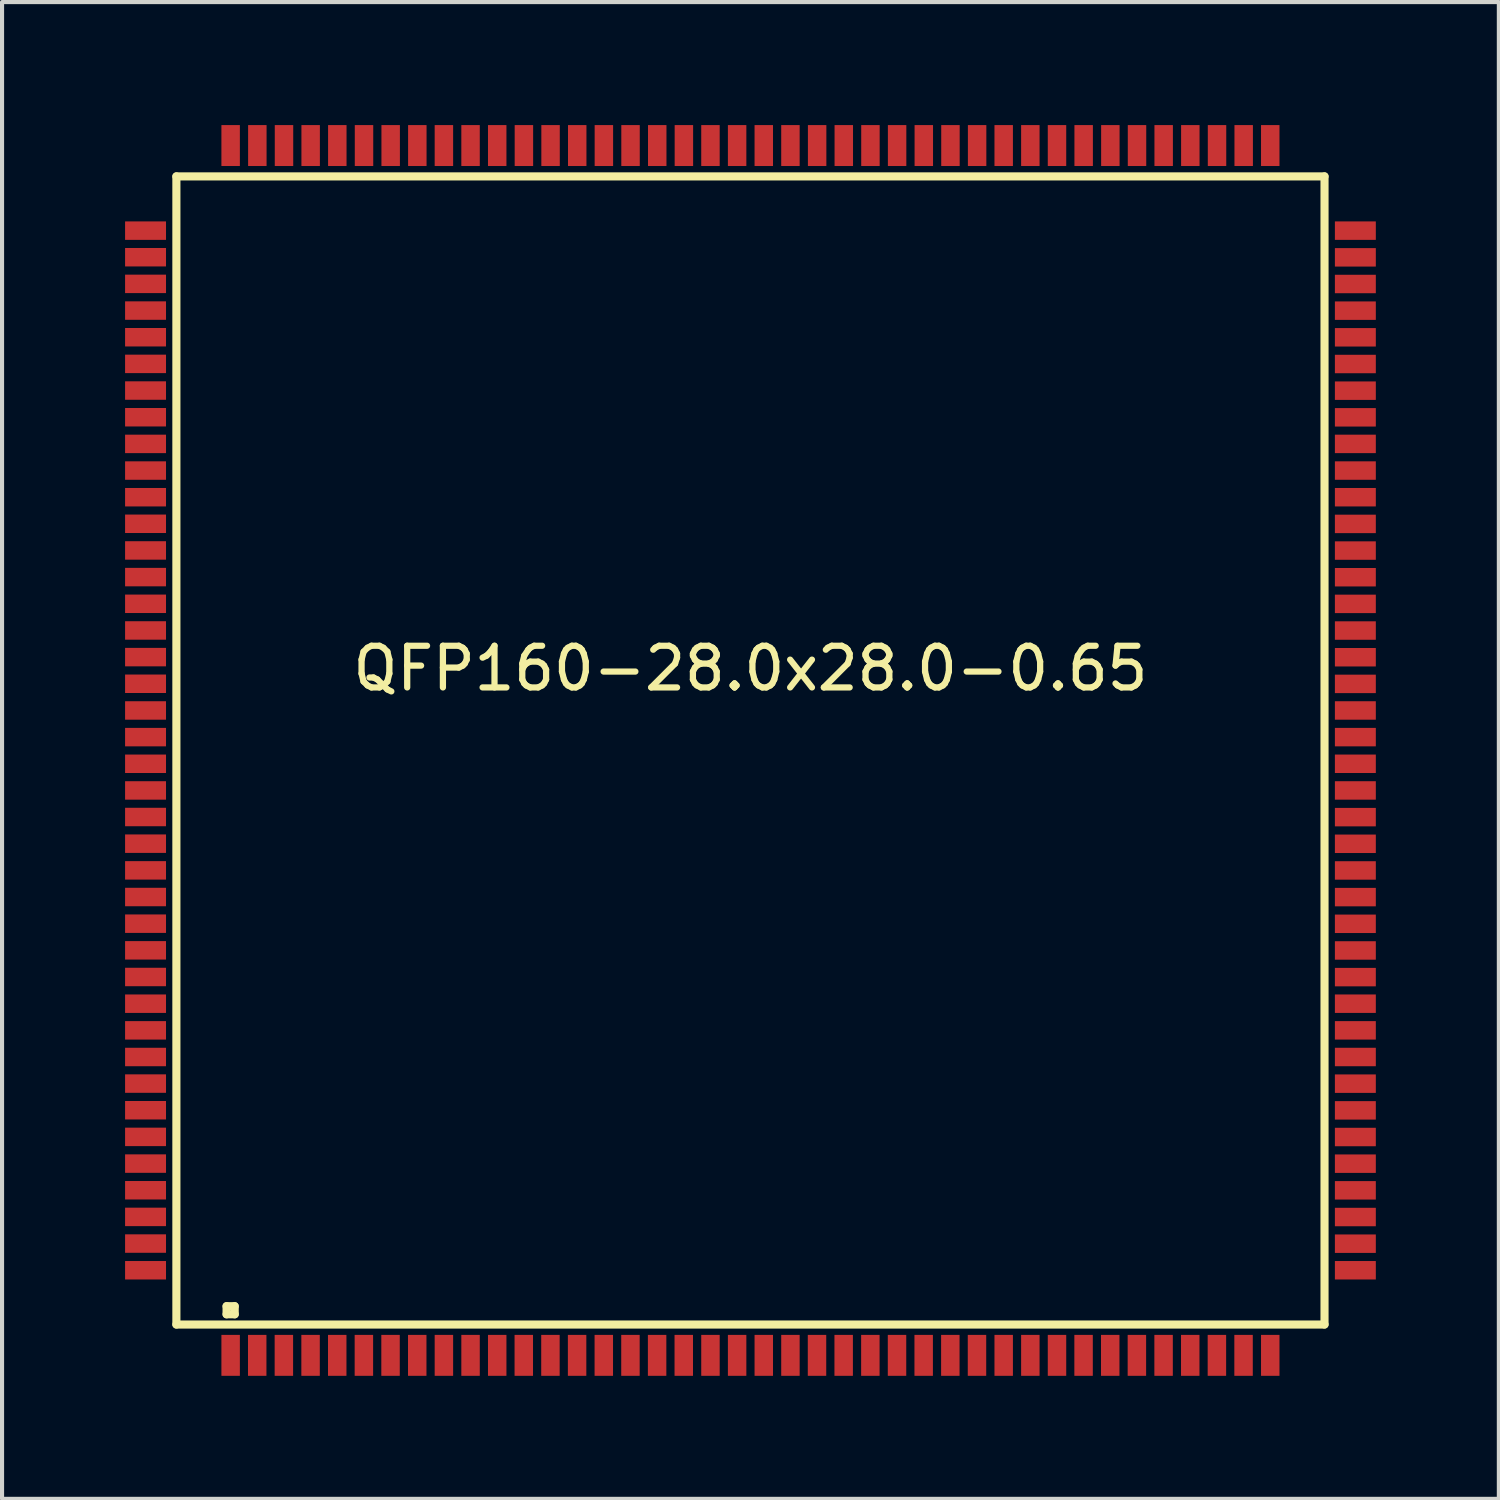
<source format=kicad_pcb>
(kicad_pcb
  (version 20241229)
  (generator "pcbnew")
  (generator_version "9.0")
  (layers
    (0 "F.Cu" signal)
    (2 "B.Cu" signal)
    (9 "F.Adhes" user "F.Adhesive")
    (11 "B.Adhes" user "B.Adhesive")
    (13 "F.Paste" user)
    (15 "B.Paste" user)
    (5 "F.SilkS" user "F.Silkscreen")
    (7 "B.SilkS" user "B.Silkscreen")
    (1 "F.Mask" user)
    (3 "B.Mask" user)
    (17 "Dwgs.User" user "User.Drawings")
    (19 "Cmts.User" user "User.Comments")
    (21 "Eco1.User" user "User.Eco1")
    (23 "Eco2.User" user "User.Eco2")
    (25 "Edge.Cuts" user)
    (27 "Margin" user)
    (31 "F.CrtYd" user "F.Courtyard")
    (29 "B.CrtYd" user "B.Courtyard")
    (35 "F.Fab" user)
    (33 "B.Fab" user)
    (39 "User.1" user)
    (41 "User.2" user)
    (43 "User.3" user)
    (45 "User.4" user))
  (footprint "QFP160-28.0x28.0-0.65"
    (layer "F.Cu")
    (at 15.249 15.249)
    (property "Reference" "QFP160-28.0x28.0-0.65" (at 0 -1.999 0) (layer "F.SilkS") (effects (font (size 1.016 1.016) (thickness 0.152))))
    (attr through_hole)
    (fp_line (start -13.998 -13.998) (end 13.998 -13.998) (stroke (width 0.198) (type solid)) (layer "F.SilkS"))
    (fp_line (start -13.998 13.998) (end -13.998 -13.998) (stroke (width 0.198) (type solid)) (layer "F.SilkS"))
    (fp_line (start -12.774 13.551) (end -12.576 13.551) (stroke (width 0.198) (type solid)) (layer "F.SilkS"))
    (fp_line (start -12.774 13.749) (end -12.774 13.551) (stroke (width 0.198) (type solid)) (layer "F.SilkS"))
    (fp_line (start -12.576 13.551) (end -12.576 13.749) (stroke (width 0.198) (type solid)) (layer "F.SilkS"))
    (fp_line (start -12.576 13.749) (end -12.774 13.749) (stroke (width 0.198) (type solid)) (layer "F.SilkS"))
    (fp_line (start 13.998 -13.998) (end 13.998 13.998) (stroke (width 0.198) (type solid)) (layer "F.SilkS"))
    (fp_line (start 13.998 13.998) (end -13.998 13.998) (stroke (width 0.198) (type solid)) (layer "F.SilkS"))
    (pad "1" smd rect (at -12.675 14.75) (size 0.45 0.998) (layers "*.Mask" "F.Cu"))
    (pad "2" smd rect (at -12.027 14.75) (size 0.45 0.998) (layers "*.Mask" "F.Cu"))
    (pad "3" smd rect (at -11.377 14.75) (size 0.45 0.998) (layers "*.Mask" "F.Cu"))
    (pad "4" smd rect (at -10.726 14.75) (size 0.45 0.998) (layers "*.Mask" "F.Cu"))
    (pad "5" smd rect (at -10.076 14.75) (size 0.45 0.998) (layers "*.Mask" "F.Cu"))
    (pad "6" smd rect (at -9.426 14.75) (size 0.45 0.998) (layers "*.Mask" "F.Cu"))
    (pad "7" smd rect (at -8.776 14.75) (size 0.45 0.998) (layers "*.Mask" "F.Cu"))
    (pad "8" smd rect (at -8.125 14.75) (size 0.45 0.998) (layers "*.Mask" "F.Cu"))
    (pad "9" smd rect (at -7.475 14.75) (size 0.45 0.998) (layers "*.Mask" "F.Cu"))
    (pad "10" smd rect (at -6.825 14.75) (size 0.45 0.998) (layers "*.Mask" "F.Cu"))
    (pad "11" smd rect (at -6.175 14.75) (size 0.45 0.998) (layers "*.Mask" "F.Cu"))
    (pad "12" smd rect (at -5.527 14.75) (size 0.45 0.998) (layers "*.Mask" "F.Cu"))
    (pad "13" smd rect (at -4.877 14.75) (size 0.45 0.998) (layers "*.Mask" "F.Cu"))
    (pad "14" smd rect (at -4.227 14.75) (size 0.45 0.998) (layers "*.Mask" "F.Cu"))
    (pad "15" smd rect (at -3.576 14.75) (size 0.45 0.998) (layers "*.Mask" "F.Cu"))
    (pad "16" smd rect (at -2.926 14.75) (size 0.45 0.998) (layers "*.Mask" "F.Cu"))
    (pad "17" smd rect (at -2.276 14.75) (size 0.45 0.998) (layers "*.Mask" "F.Cu"))
    (pad "18" smd rect (at -1.626 14.75) (size 0.45 0.998) (layers "*.Mask" "F.Cu"))
    (pad "19" smd rect (at -0.975 14.75) (size 0.45 0.998) (layers "*.Mask" "F.Cu"))
    (pad "20" smd rect (at -0.325 14.75) (size 0.45 0.998) (layers "*.Mask" "F.Cu"))
    (pad "21" smd rect (at 0.325 14.75) (size 0.45 0.998) (layers "*.Mask" "F.Cu"))
    (pad "22" smd rect (at 0.975 14.75) (size 0.45 0.998) (layers "*.Mask" "F.Cu"))
    (pad "23" smd rect (at 1.623 14.75) (size 0.45 0.998) (layers "*.Mask" "F.Cu"))
    (pad "24" smd rect (at 2.273 14.75) (size 0.45 0.998) (layers "*.Mask" "F.Cu"))
    (pad "25" smd rect (at 2.924 14.75) (size 0.45 0.998) (layers "*.Mask" "F.Cu"))
    (pad "26" smd rect (at 3.574 14.75) (size 0.45 0.998) (layers "*.Mask" "F.Cu"))
    (pad "27" smd rect (at 4.224 14.75) (size 0.45 0.998) (layers "*.Mask" "F.Cu"))
    (pad "28" smd rect (at 4.874 14.75) (size 0.45 0.998) (layers "*.Mask" "F.Cu"))
    (pad "29" smd rect (at 5.524 14.75) (size 0.45 0.998) (layers "*.Mask" "F.Cu"))
    (pad "30" smd rect (at 6.175 14.75) (size 0.45 0.998) (layers "*.Mask" "F.Cu"))
    (pad "31" smd rect (at 6.825 14.75) (size 0.45 0.998) (layers "*.Mask" "F.Cu"))
    (pad "32" smd rect (at 7.475 14.75) (size 0.45 0.998) (layers "*.Mask" "F.Cu"))
    (pad "33" smd rect (at 8.123 14.75) (size 0.45 0.998) (layers "*.Mask" "F.Cu"))
    (pad "34" smd rect (at 8.773 14.75) (size 0.45 0.998) (layers "*.Mask" "F.Cu"))
    (pad "35" smd rect (at 9.423 14.75) (size 0.45 0.998) (layers "*.Mask" "F.Cu"))
    (pad "36" smd rect (at 10.074 14.75) (size 0.45 0.998) (layers "*.Mask" "F.Cu"))
    (pad "37" smd rect (at 10.724 14.75) (size 0.45 0.998) (layers "*.Mask" "F.Cu"))
    (pad "38" smd rect (at 11.374 14.75) (size 0.45 0.998) (layers "*.Mask" "F.Cu"))
    (pad "39" smd rect (at 12.024 14.75) (size 0.45 0.998) (layers "*.Mask" "F.Cu"))
    (pad "40" smd rect (at 12.675 14.75) (size 0.45 0.998) (layers "*.Mask" "F.Cu"))
    (pad "41" smd rect (at 14.75 12.675 90) (size 0.45 0.998) (layers "*.Mask" "F.Cu"))
    (pad "42" smd rect (at 14.75 12.027 90) (size 0.45 0.998) (layers "*.Mask" "F.Cu"))
    (pad "43" smd rect (at 14.75 11.377 90) (size 0.45 0.998) (layers "*.Mask" "F.Cu"))
    (pad "44" smd rect (at 14.75 10.726 90) (size 0.45 0.998) (layers "*.Mask" "F.Cu"))
    (pad "45" smd rect (at 14.75 10.076 90) (size 0.45 0.998) (layers "*.Mask" "F.Cu"))
    (pad "46" smd rect (at 14.75 9.426 90) (size 0.45 0.998) (layers "*.Mask" "F.Cu"))
    (pad "47" smd rect (at 14.75 8.776 90) (size 0.45 0.998) (layers "*.Mask" "F.Cu"))
    (pad "48" smd rect (at 14.75 8.125 90) (size 0.45 0.998) (layers "*.Mask" "F.Cu"))
    (pad "49" smd rect (at 14.75 7.475 90) (size 0.45 0.998) (layers "*.Mask" "F.Cu"))
    (pad "50" smd rect (at 14.75 6.825 90) (size 0.45 0.998) (layers "*.Mask" "F.Cu"))
    (pad "51" smd rect (at 14.75 6.175 90) (size 0.45 0.998) (layers "*.Mask" "F.Cu"))
    (pad "52" smd rect (at 14.75 5.527 90) (size 0.45 0.998) (layers "*.Mask" "F.Cu"))
    (pad "53" smd rect (at 14.75 4.877 90) (size 0.45 0.998) (layers "*.Mask" "F.Cu"))
    (pad "54" smd rect (at 14.75 4.227 90) (size 0.45 0.998) (layers "*.Mask" "F.Cu"))
    (pad "55" smd rect (at 14.75 3.576 90) (size 0.45 0.998) (layers "*.Mask" "F.Cu"))
    (pad "56" smd rect (at 14.75 2.926 90) (size 0.45 0.998) (layers "*.Mask" "F.Cu"))
    (pad "57" smd rect (at 14.75 2.276 90) (size 0.45 0.998) (layers "*.Mask" "F.Cu"))
    (pad "58" smd rect (at 14.75 1.626 90) (size 0.45 0.998) (layers "*.Mask" "F.Cu"))
    (pad "59" smd rect (at 14.75 0.975 90) (size 0.45 0.998) (layers "*.Mask" "F.Cu"))
    (pad "60" smd rect (at 14.75 0.325 90) (size 0.45 0.998) (layers "*.Mask" "F.Cu"))
    (pad "61" smd rect (at 14.75 -0.325 90) (size 0.45 0.998) (layers "*.Mask" "F.Cu"))
    (pad "62" smd rect (at 14.75 -0.975 90) (size 0.45 0.998) (layers "*.Mask" "F.Cu"))
    (pad "63" smd rect (at 14.75 -1.623 90) (size 0.45 0.998) (layers "*.Mask" "F.Cu"))
    (pad "64" smd rect (at 14.75 -2.273 90) (size 0.45 0.998) (layers "*.Mask" "F.Cu"))
    (pad "65" smd rect (at 14.75 -2.924 90) (size 0.45 0.998) (layers "*.Mask" "F.Cu"))
    (pad "66" smd rect (at 14.75 -3.574 90) (size 0.45 0.998) (layers "*.Mask" "F.Cu"))
    (pad "67" smd rect (at 14.75 -4.224 90) (size 0.45 0.998) (layers "*.Mask" "F.Cu"))
    (pad "68" smd rect (at 14.75 -4.874 90) (size 0.45 0.998) (layers "*.Mask" "F.Cu"))
    (pad "69" smd rect (at 14.75 -5.524 90) (size 0.45 0.998) (layers "*.Mask" "F.Cu"))
    (pad "70" smd rect (at 14.75 -6.175 90) (size 0.45 0.998) (layers "*.Mask" "F.Cu"))
    (pad "71" smd rect (at 14.75 -6.825 90) (size 0.45 0.998) (layers "*.Mask" "F.Cu"))
    (pad "72" smd rect (at 14.75 -7.475 90) (size 0.45 0.998) (layers "*.Mask" "F.Cu"))
    (pad "73" smd rect (at 14.75 -8.123 90) (size 0.45 0.998) (layers "*.Mask" "F.Cu"))
    (pad "74" smd rect (at 14.75 -8.773 90) (size 0.45 0.998) (layers "*.Mask" "F.Cu"))
    (pad "75" smd rect (at 14.75 -9.423 90) (size 0.45 0.998) (layers "*.Mask" "F.Cu"))
    (pad "76" smd rect (at 14.75 -10.074 90) (size 0.45 0.998) (layers "*.Mask" "F.Cu"))
    (pad "77" smd rect (at 14.75 -10.724 90) (size 0.45 0.998) (layers "*.Mask" "F.Cu"))
    (pad "78" smd rect (at 14.75 -11.374 90) (size 0.45 0.998) (layers "*.Mask" "F.Cu"))
    (pad "79" smd rect (at 14.75 -12.024 90) (size 0.45 0.998) (layers "*.Mask" "F.Cu"))
    (pad "80" smd rect (at 14.75 -12.675 90) (size 0.45 0.998) (layers "*.Mask" "F.Cu"))
    (pad "81" smd rect (at 12.675 -14.75) (size 0.45 0.998) (layers "*.Mask" "F.Cu"))
    (pad "82" smd rect (at 12.027 -14.75) (size 0.45 0.998) (layers "*.Mask" "F.Cu"))
    (pad "83" smd rect (at 11.377 -14.75) (size 0.45 0.998) (layers "*.Mask" "F.Cu"))
    (pad "84" smd rect (at 10.726 -14.75) (size 0.45 0.998) (layers "*.Mask" "F.Cu"))
    (pad "85" smd rect (at 10.076 -14.75) (size 0.45 0.998) (layers "*.Mask" "F.Cu"))
    (pad "86" smd rect (at 9.426 -14.75) (size 0.45 0.998) (layers "*.Mask" "F.Cu"))
    (pad "87" smd rect (at 8.776 -14.75) (size 0.45 0.998) (layers "*.Mask" "F.Cu"))
    (pad "88" smd rect (at 8.125 -14.75) (size 0.45 0.998) (layers "*.Mask" "F.Cu"))
    (pad "89" smd rect (at 7.475 -14.75) (size 0.45 0.998) (layers "*.Mask" "F.Cu"))
    (pad "90" smd rect (at 6.825 -14.75) (size 0.45 0.998) (layers "*.Mask" "F.Cu"))
    (pad "91" smd rect (at 6.175 -14.75) (size 0.45 0.998) (layers "*.Mask" "F.Cu"))
    (pad "92" smd rect (at 5.527 -14.75) (size 0.45 0.998) (layers "*.Mask" "F.Cu"))
    (pad "93" smd rect (at 4.877 -14.75) (size 0.45 0.998) (layers "*.Mask" "F.Cu"))
    (pad "94" smd rect (at 4.227 -14.75) (size 0.45 0.998) (layers "*.Mask" "F.Cu"))
    (pad "95" smd rect (at 3.576 -14.75) (size 0.45 0.998) (layers "*.Mask" "F.Cu"))
    (pad "96" smd rect (at 2.926 -14.75) (size 0.45 0.998) (layers "*.Mask" "F.Cu"))
    (pad "97" smd rect (at 2.276 -14.75) (size 0.45 0.998) (layers "*.Mask" "F.Cu"))
    (pad "98" smd rect (at 1.626 -14.75) (size 0.45 0.998) (layers "*.Mask" "F.Cu"))
    (pad "99" smd rect (at 0.975 -14.75) (size 0.45 0.998) (layers "*.Mask" "F.Cu"))
    (pad "100" smd rect (at 0.325 -14.75) (size 0.45 0.998) (layers "*.Mask" "F.Cu"))
    (pad "101" smd rect (at -0.325 -14.75) (size 0.45 0.998) (layers "*.Mask" "F.Cu"))
    (pad "102" smd rect (at -0.975 -14.75) (size 0.45 0.998) (layers "*.Mask" "F.Cu"))
    (pad "103" smd rect (at -1.623 -14.75) (size 0.45 0.998) (layers "*.Mask" "F.Cu"))
    (pad "104" smd rect (at -2.273 -14.75) (size 0.45 0.998) (layers "*.Mask" "F.Cu"))
    (pad "105" smd rect (at -2.924 -14.75) (size 0.45 0.998) (layers "*.Mask" "F.Cu"))
    (pad "106" smd rect (at -3.574 -14.75) (size 0.45 0.998) (layers "*.Mask" "F.Cu"))
    (pad "107" smd rect (at -4.224 -14.75) (size 0.45 0.998) (layers "*.Mask" "F.Cu"))
    (pad "108" smd rect (at -4.874 -14.75) (size 0.45 0.998) (layers "*.Mask" "F.Cu"))
    (pad "109" smd rect (at -5.524 -14.75) (size 0.45 0.998) (layers "*.Mask" "F.Cu"))
    (pad "110" smd rect (at -6.175 -14.75) (size 0.45 0.998) (layers "*.Mask" "F.Cu"))
    (pad "111" smd rect (at -6.825 -14.75) (size 0.45 0.998) (layers "*.Mask" "F.Cu"))
    (pad "112" smd rect (at -7.475 -14.75) (size 0.45 0.998) (layers "*.Mask" "F.Cu"))
    (pad "113" smd rect (at -8.123 -14.75) (size 0.45 0.998) (layers "*.Mask" "F.Cu"))
    (pad "114" smd rect (at -8.773 -14.75) (size 0.45 0.998) (layers "*.Mask" "F.Cu"))
    (pad "115" smd rect (at -9.423 -14.75) (size 0.45 0.998) (layers "*.Mask" "F.Cu"))
    (pad "116" smd rect (at -10.074 -14.75) (size 0.45 0.998) (layers "*.Mask" "F.Cu"))
    (pad "117" smd rect (at -10.724 -14.75) (size 0.45 0.998) (layers "*.Mask" "F.Cu"))
    (pad "118" smd rect (at -11.374 -14.75) (size 0.45 0.998) (layers "*.Mask" "F.Cu"))
    (pad "119" smd rect (at -12.024 -14.75) (size 0.45 0.998) (layers "*.Mask" "F.Cu"))
    (pad "120" smd rect (at -12.675 -14.75) (size 0.45 0.998) (layers "*.Mask" "F.Cu"))
    (pad "121" smd rect (at -14.75 -12.675 90) (size 0.45 0.998) (layers "*.Mask" "F.Cu"))
    (pad "122" smd rect (at -14.75 -12.027 90) (size 0.45 0.998) (layers "*.Mask" "F.Cu"))
    (pad "123" smd rect (at -14.75 -11.377 90) (size 0.45 0.998) (layers "*.Mask" "F.Cu"))
    (pad "124" smd rect (at -14.75 -10.726 90) (size 0.45 0.998) (layers "*.Mask" "F.Cu"))
    (pad "125" smd rect (at -14.75 -10.076 90) (size 0.45 0.998) (layers "*.Mask" "F.Cu"))
    (pad "126" smd rect (at -14.75 -9.426 90) (size 0.45 0.998) (layers "*.Mask" "F.Cu"))
    (pad "127" smd rect (at -14.75 -8.776 90) (size 0.45 0.998) (layers "*.Mask" "F.Cu"))
    (pad "128" smd rect (at -14.75 -8.125 90) (size 0.45 0.998) (layers "*.Mask" "F.Cu"))
    (pad "129" smd rect (at -14.75 -7.475 90) (size 0.45 0.998) (layers "*.Mask" "F.Cu"))
    (pad "130" smd rect (at -14.75 -6.825 90) (size 0.45 0.998) (layers "*.Mask" "F.Cu"))
    (pad "131" smd rect (at -14.75 -6.175 90) (size 0.45 0.998) (layers "*.Mask" "F.Cu"))
    (pad "132" smd rect (at -14.75 -5.527 90) (size 0.45 0.998) (layers "*.Mask" "F.Cu"))
    (pad "133" smd rect (at -14.75 -4.877 90) (size 0.45 0.998) (layers "*.Mask" "F.Cu"))
    (pad "134" smd rect (at -14.75 -4.227 90) (size 0.45 0.998) (layers "*.Mask" "F.Cu"))
    (pad "135" smd rect (at -14.75 -3.576 90) (size 0.45 0.998) (layers "*.Mask" "F.Cu"))
    (pad "136" smd rect (at -14.75 -2.926 90) (size 0.45 0.998) (layers "*.Mask" "F.Cu"))
    (pad "137" smd rect (at -14.75 -2.276 90) (size 0.45 0.998) (layers "*.Mask" "F.Cu"))
    (pad "138" smd rect (at -14.75 -1.626 90) (size 0.45 0.998) (layers "*.Mask" "F.Cu"))
    (pad "139" smd rect (at -14.75 -0.975 90) (size 0.45 0.998) (layers "*.Mask" "F.Cu"))
    (pad "140" smd rect (at -14.75 -0.325 90) (size 0.45 0.998) (layers "*.Mask" "F.Cu"))
    (pad "141" smd rect (at -14.75 0.325 90) (size 0.45 0.998) (layers "*.Mask" "F.Cu"))
    (pad "142" smd rect (at -14.75 0.975 90) (size 0.45 0.998) (layers "*.Mask" "F.Cu"))
    (pad "143" smd rect (at -14.75 1.623 90) (size 0.45 0.998) (layers "*.Mask" "F.Cu"))
    (pad "144" smd rect (at -14.75 2.273 90) (size 0.45 0.998) (layers "*.Mask" "F.Cu"))
    (pad "145" smd rect (at -14.75 2.924 90) (size 0.45 0.998) (layers "*.Mask" "F.Cu"))
    (pad "146" smd rect (at -14.75 3.574 90) (size 0.45 0.998) (layers "*.Mask" "F.Cu"))
    (pad "147" smd rect (at -14.75 4.224 90) (size 0.45 0.998) (layers "*.Mask" "F.Cu"))
    (pad "148" smd rect (at -14.75 4.874 90) (size 0.45 0.998) (layers "*.Mask" "F.Cu"))
    (pad "149" smd rect (at -14.75 5.524 90) (size 0.45 0.998) (layers "*.Mask" "F.Cu"))
    (pad "150" smd rect (at -14.75 6.175 90) (size 0.45 0.998) (layers "*.Mask" "F.Cu"))
    (pad "151" smd rect (at -14.75 6.825 90) (size 0.45 0.998) (layers "*.Mask" "F.Cu"))
    (pad "152" smd rect (at -14.75 7.475 90) (size 0.45 0.998) (layers "*.Mask" "F.Cu"))
    (pad "153" smd rect (at -14.75 8.123 90) (size 0.45 0.998) (layers "*.Mask" "F.Cu"))
    (pad "154" smd rect (at -14.75 8.773 90) (size 0.45 0.998) (layers "*.Mask" "F.Cu"))
    (pad "155" smd rect (at -14.75 9.423 90) (size 0.45 0.998) (layers "*.Mask" "F.Cu"))
    (pad "156" smd rect (at -14.75 10.074 90) (size 0.45 0.998) (layers "*.Mask" "F.Cu"))
    (pad "157" smd rect (at -14.75 10.724 90) (size 0.45 0.998) (layers "*.Mask" "F.Cu"))
    (pad "158" smd rect (at -14.75 11.374 90) (size 0.45 0.998) (layers "*.Mask" "F.Cu"))
    (pad "159" smd rect (at -14.75 12.024 90) (size 0.45 0.998) (layers "*.Mask" "F.Cu"))
    (pad "160" smd rect (at -14.75 12.675 90) (size 0.45 0.998) (layers "*.Mask" "F.Cu")))
  (gr_rect
    (start -3 -3)
    (end 33.498 33.498)
    (stroke (width 0.1) (type default))
    (fill no)
    (layer "Edge.Cuts")))
</source>
